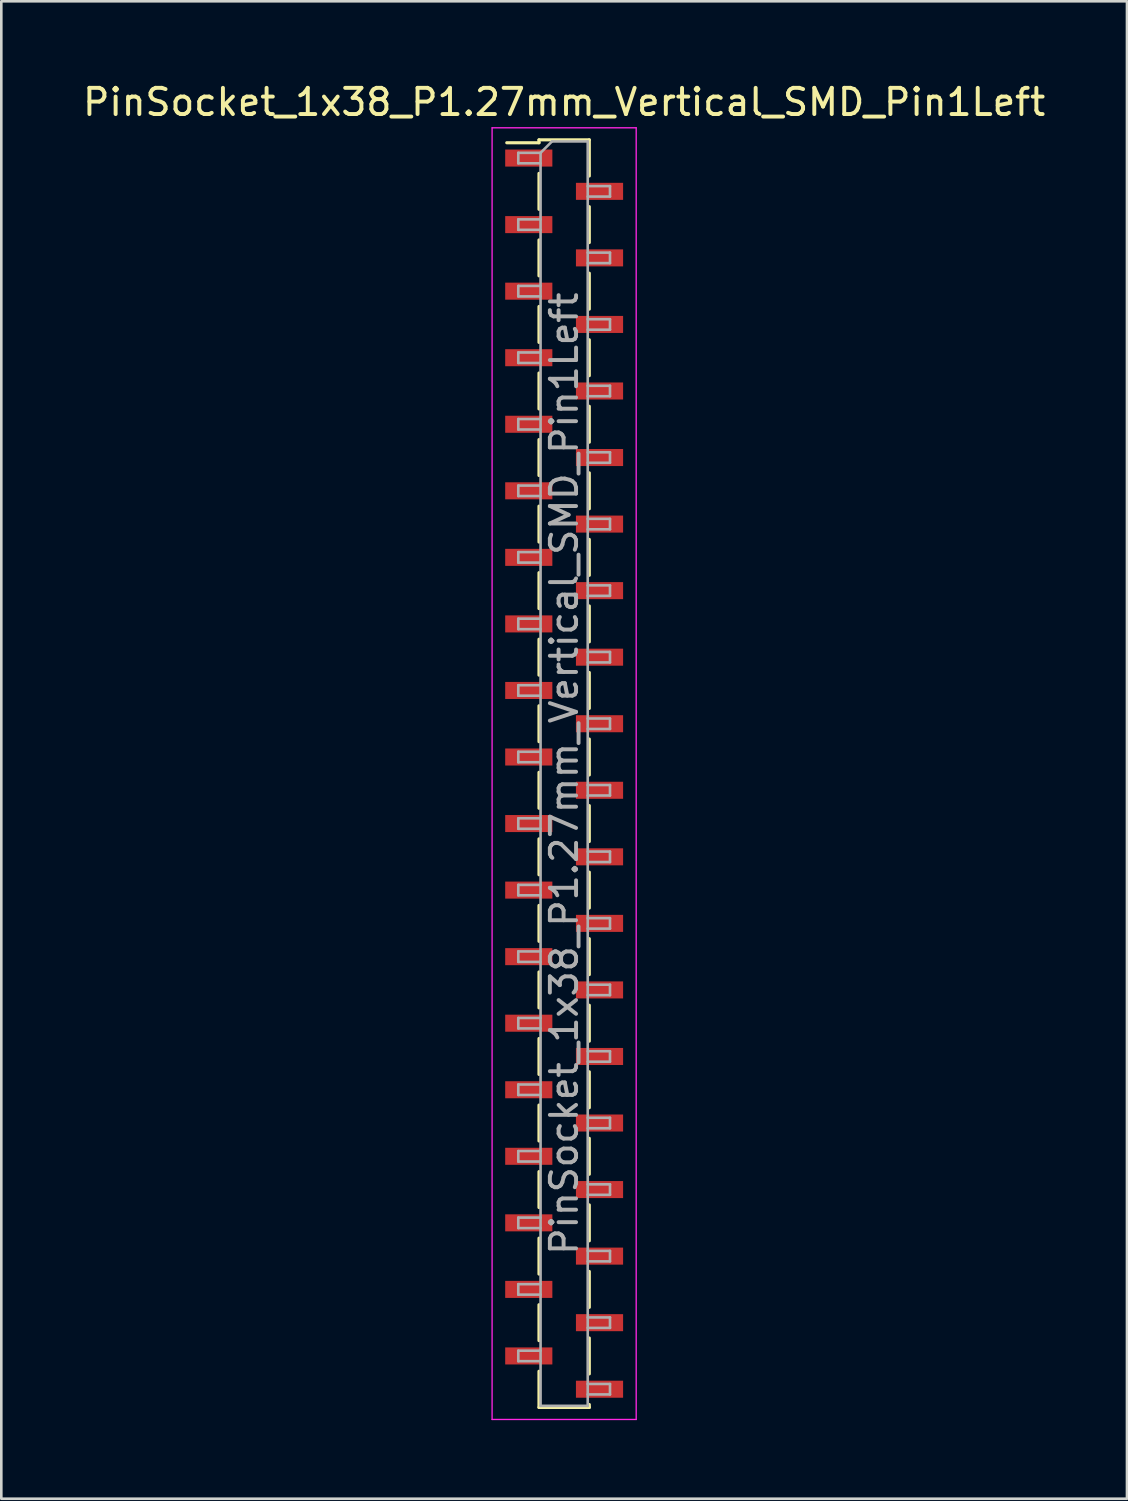
<source format=kicad_pcb>
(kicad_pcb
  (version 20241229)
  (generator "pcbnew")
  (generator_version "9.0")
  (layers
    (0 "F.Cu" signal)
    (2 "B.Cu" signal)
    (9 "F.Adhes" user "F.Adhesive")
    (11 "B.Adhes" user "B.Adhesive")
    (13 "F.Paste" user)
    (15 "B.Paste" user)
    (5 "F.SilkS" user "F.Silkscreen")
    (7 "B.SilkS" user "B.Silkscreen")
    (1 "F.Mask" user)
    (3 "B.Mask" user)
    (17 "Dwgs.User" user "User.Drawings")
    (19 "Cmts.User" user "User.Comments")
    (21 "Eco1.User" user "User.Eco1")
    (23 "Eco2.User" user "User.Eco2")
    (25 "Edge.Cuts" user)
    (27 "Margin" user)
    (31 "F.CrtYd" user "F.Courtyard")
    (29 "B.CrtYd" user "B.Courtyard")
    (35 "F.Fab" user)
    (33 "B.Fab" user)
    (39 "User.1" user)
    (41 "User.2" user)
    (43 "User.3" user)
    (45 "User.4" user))
  (footprint "PinSocket_1x38_P1.27mm_Vertical_SMD_Pin1Left"
    (layer "F.Cu")
    (at 18.482 26.478)
    (property "Reference" "PinSocket_1x38_P1.27mm_Vertical_SMD_Pin1Left" (at 0 -25.63 0) (layer "F.SilkS") (effects (font (size 1 1) (thickness 0.15))))
    (attr smd)
    (fp_line (start -2.19 -24.08) (end -0.96 -24.08) (stroke (width 0.12) (type solid)) (layer "F.SilkS"))
    (fp_line (start -0.96 -24.19) (end -0.96 -24.08) (stroke (width 0.12) (type solid)) (layer "F.SilkS"))
    (fp_line (start -0.96 -24.19) (end 0.96 -24.19) (stroke (width 0.12) (type solid)) (layer "F.SilkS"))
    (fp_line (start -0.96 -22.91) (end -0.96 -21.54) (stroke (width 0.12) (type solid)) (layer "F.SilkS"))
    (fp_line (start -0.96 -20.37) (end -0.96 -19) (stroke (width 0.12) (type solid)) (layer "F.SilkS"))
    (fp_line (start -0.96 -17.83) (end -0.96 -16.46) (stroke (width 0.12) (type solid)) (layer "F.SilkS"))
    (fp_line (start -0.96 -15.29) (end -0.96 -13.92) (stroke (width 0.12) (type solid)) (layer "F.SilkS"))
    (fp_line (start -0.96 -12.75) (end -0.96 -11.38) (stroke (width 0.12) (type solid)) (layer "F.SilkS"))
    (fp_line (start -0.96 -10.21) (end -0.96 -8.84) (stroke (width 0.12) (type solid)) (layer "F.SilkS"))
    (fp_line (start -0.96 -7.67) (end -0.96 -6.3) (stroke (width 0.12) (type solid)) (layer "F.SilkS"))
    (fp_line (start -0.96 -5.13) (end -0.96 -3.76) (stroke (width 0.12) (type solid)) (layer "F.SilkS"))
    (fp_line (start -0.96 -2.59) (end -0.96 -1.22) (stroke (width 0.12) (type solid)) (layer "F.SilkS"))
    (fp_line (start -0.96 -0.05) (end -0.96 1.32) (stroke (width 0.12) (type solid)) (layer "F.SilkS"))
    (fp_line (start -0.96 2.49) (end -0.96 3.86) (stroke (width 0.12) (type solid)) (layer "F.SilkS"))
    (fp_line (start -0.96 5.03) (end -0.96 6.4) (stroke (width 0.12) (type solid)) (layer "F.SilkS"))
    (fp_line (start -0.96 7.57) (end -0.96 8.94) (stroke (width 0.12) (type solid)) (layer "F.SilkS"))
    (fp_line (start -0.96 10.11) (end -0.96 11.48) (stroke (width 0.12) (type solid)) (layer "F.SilkS"))
    (fp_line (start -0.96 12.65) (end -0.96 14.02) (stroke (width 0.12) (type solid)) (layer "F.SilkS"))
    (fp_line (start -0.96 15.19) (end -0.96 16.56) (stroke (width 0.12) (type solid)) (layer "F.SilkS"))
    (fp_line (start -0.96 17.73) (end -0.96 19.1) (stroke (width 0.12) (type solid)) (layer "F.SilkS"))
    (fp_line (start -0.96 20.27) (end -0.96 21.64) (stroke (width 0.12) (type solid)) (layer "F.SilkS"))
    (fp_line (start -0.96 22.81) (end -0.96 24.19) (stroke (width 0.12) (type solid)) (layer "F.SilkS"))
    (fp_line (start -0.96 24.19) (end 0.96 24.19) (stroke (width 0.12) (type solid)) (layer "F.SilkS"))
    (fp_line (start 0.96 -24.19) (end 0.96 -22.81) (stroke (width 0.12) (type solid)) (layer "F.SilkS"))
    (fp_line (start 0.96 -21.64) (end 0.96 -20.27) (stroke (width 0.12) (type solid)) (layer "F.SilkS"))
    (fp_line (start 0.96 -19.1) (end 0.96 -17.73) (stroke (width 0.12) (type solid)) (layer "F.SilkS"))
    (fp_line (start 0.96 -16.56) (end 0.96 -15.19) (stroke (width 0.12) (type solid)) (layer "F.SilkS"))
    (fp_line (start 0.96 -14.02) (end 0.96 -12.65) (stroke (width 0.12) (type solid)) (layer "F.SilkS"))
    (fp_line (start 0.96 -11.48) (end 0.96 -10.11) (stroke (width 0.12) (type solid)) (layer "F.SilkS"))
    (fp_line (start 0.96 -8.94) (end 0.96 -7.57) (stroke (width 0.12) (type solid)) (layer "F.SilkS"))
    (fp_line (start 0.96 -6.4) (end 0.96 -5.03) (stroke (width 0.12) (type solid)) (layer "F.SilkS"))
    (fp_line (start 0.96 -3.86) (end 0.96 -2.49) (stroke (width 0.12) (type solid)) (layer "F.SilkS"))
    (fp_line (start 0.96 -1.32) (end 0.96 0.05) (stroke (width 0.12) (type solid)) (layer "F.SilkS"))
    (fp_line (start 0.96 1.22) (end 0.96 2.59) (stroke (width 0.12) (type solid)) (layer "F.SilkS"))
    (fp_line (start 0.96 3.76) (end 0.96 5.13) (stroke (width 0.12) (type solid)) (layer "F.SilkS"))
    (fp_line (start 0.96 6.3) (end 0.96 7.67) (stroke (width 0.12) (type solid)) (layer "F.SilkS"))
    (fp_line (start 0.96 8.84) (end 0.96 10.21) (stroke (width 0.12) (type solid)) (layer "F.SilkS"))
    (fp_line (start 0.96 11.38) (end 0.96 12.75) (stroke (width 0.12) (type solid)) (layer "F.SilkS"))
    (fp_line (start 0.96 13.92) (end 0.96 15.29) (stroke (width 0.12) (type solid)) (layer "F.SilkS"))
    (fp_line (start 0.96 16.46) (end 0.96 17.83) (stroke (width 0.12) (type solid)) (layer "F.SilkS"))
    (fp_line (start 0.96 19) (end 0.96 20.37) (stroke (width 0.12) (type solid)) (layer "F.SilkS"))
    (fp_line (start 0.96 21.54) (end 0.96 22.91) (stroke (width 0.12) (type solid)) (layer "F.SilkS"))
    (fp_line (start 0.96 24.08) (end 0.96 24.19) (stroke (width 0.12) (type solid)) (layer "F.SilkS"))
    (fp_line (start -2.75 -24.65) (end 2.75 -24.65) (stroke (width 0.05) (type solid)) (layer "F.CrtYd"))
    (fp_line (start -2.75 24.65) (end -2.75 -24.65) (stroke (width 0.05) (type solid)) (layer "F.CrtYd"))
    (fp_line (start 2.75 -24.65) (end 2.75 24.65) (stroke (width 0.05) (type solid)) (layer "F.CrtYd"))
    (fp_line (start 2.75 24.65) (end -2.75 24.65) (stroke (width 0.05) (type solid)) (layer "F.CrtYd"))
    (fp_line (start -1.75 -23.695) (end -0.9 -23.695) (stroke (width 0.1) (type solid)) (layer "F.Fab"))
    (fp_line (start -1.75 -23.295) (end -1.75 -23.695) (stroke (width 0.1) (type solid)) (layer "F.Fab"))
    (fp_line (start -1.75 -21.155) (end -0.9 -21.155) (stroke (width 0.1) (type solid)) (layer "F.Fab"))
    (fp_line (start -1.75 -20.755) (end -1.75 -21.155) (stroke (width 0.1) (type solid)) (layer "F.Fab"))
    (fp_line (start -1.75 -18.615) (end -0.9 -18.615) (stroke (width 0.1) (type solid)) (layer "F.Fab"))
    (fp_line (start -1.75 -18.215) (end -1.75 -18.615) (stroke (width 0.1) (type solid)) (layer "F.Fab"))
    (fp_line (start -1.75 -16.075) (end -0.9 -16.075) (stroke (width 0.1) (type solid)) (layer "F.Fab"))
    (fp_line (start -1.75 -15.675) (end -1.75 -16.075) (stroke (width 0.1) (type solid)) (layer "F.Fab"))
    (fp_line (start -1.75 -13.535) (end -0.9 -13.535) (stroke (width 0.1) (type solid)) (layer "F.Fab"))
    (fp_line (start -1.75 -13.135) (end -1.75 -13.535) (stroke (width 0.1) (type solid)) (layer "F.Fab"))
    (fp_line (start -1.75 -10.995) (end -0.9 -10.995) (stroke (width 0.1) (type solid)) (layer "F.Fab"))
    (fp_line (start -1.75 -10.595) (end -1.75 -10.995) (stroke (width 0.1) (type solid)) (layer "F.Fab"))
    (fp_line (start -1.75 -8.455) (end -0.9 -8.455) (stroke (width 0.1) (type solid)) (layer "F.Fab"))
    (fp_line (start -1.75 -8.055) (end -1.75 -8.455) (stroke (width 0.1) (type solid)) (layer "F.Fab"))
    (fp_line (start -1.75 -5.915) (end -0.9 -5.915) (stroke (width 0.1) (type solid)) (layer "F.Fab"))
    (fp_line (start -1.75 -5.515) (end -1.75 -5.915) (stroke (width 0.1) (type solid)) (layer "F.Fab"))
    (fp_line (start -1.75 -3.375) (end -0.9 -3.375) (stroke (width 0.1) (type solid)) (layer "F.Fab"))
    (fp_line (start -1.75 -2.975) (end -1.75 -3.375) (stroke (width 0.1) (type solid)) (layer "F.Fab"))
    (fp_line (start -1.75 -0.835) (end -0.9 -0.835) (stroke (width 0.1) (type solid)) (layer "F.Fab"))
    (fp_line (start -1.75 -0.435) (end -1.75 -0.835) (stroke (width 0.1) (type solid)) (layer "F.Fab"))
    (fp_line (start -1.75 1.705) (end -0.9 1.705) (stroke (width 0.1) (type solid)) (layer "F.Fab"))
    (fp_line (start -1.75 2.105) (end -1.75 1.705) (stroke (width 0.1) (type solid)) (layer "F.Fab"))
    (fp_line (start -1.75 4.245) (end -0.9 4.245) (stroke (width 0.1) (type solid)) (layer "F.Fab"))
    (fp_line (start -1.75 4.645) (end -1.75 4.245) (stroke (width 0.1) (type solid)) (layer "F.Fab"))
    (fp_line (start -1.75 6.785) (end -0.9 6.785) (stroke (width 0.1) (type solid)) (layer "F.Fab"))
    (fp_line (start -1.75 7.185) (end -1.75 6.785) (stroke (width 0.1) (type solid)) (layer "F.Fab"))
    (fp_line (start -1.75 9.325) (end -0.9 9.325) (stroke (width 0.1) (type solid)) (layer "F.Fab"))
    (fp_line (start -1.75 9.725) (end -1.75 9.325) (stroke (width 0.1) (type solid)) (layer "F.Fab"))
    (fp_line (start -1.75 11.865) (end -0.9 11.865) (stroke (width 0.1) (type solid)) (layer "F.Fab"))
    (fp_line (start -1.75 12.265) (end -1.75 11.865) (stroke (width 0.1) (type solid)) (layer "F.Fab"))
    (fp_line (start -1.75 14.405) (end -0.9 14.405) (stroke (width 0.1) (type solid)) (layer "F.Fab"))
    (fp_line (start -1.75 14.805) (end -1.75 14.405) (stroke (width 0.1) (type solid)) (layer "F.Fab"))
    (fp_line (start -1.75 16.945) (end -0.9 16.945) (stroke (width 0.1) (type solid)) (layer "F.Fab"))
    (fp_line (start -1.75 17.345) (end -1.75 16.945) (stroke (width 0.1) (type solid)) (layer "F.Fab"))
    (fp_line (start -1.75 19.485) (end -0.9 19.485) (stroke (width 0.1) (type solid)) (layer "F.Fab"))
    (fp_line (start -1.75 19.885) (end -1.75 19.485) (stroke (width 0.1) (type solid)) (layer "F.Fab"))
    (fp_line (start -1.75 22.025) (end -0.9 22.025) (stroke (width 0.1) (type solid)) (layer "F.Fab"))
    (fp_line (start -1.75 22.425) (end -1.75 22.025) (stroke (width 0.1) (type solid)) (layer "F.Fab"))
    (fp_line (start -0.9 -23.695) (end -0.465 -24.13) (stroke (width 0.1) (type solid)) (layer "F.Fab"))
    (fp_line (start -0.9 -23.295) (end -1.75 -23.295) (stroke (width 0.1) (type solid)) (layer "F.Fab"))
    (fp_line (start -0.9 -20.755) (end -1.75 -20.755) (stroke (width 0.1) (type solid)) (layer "F.Fab"))
    (fp_line (start -0.9 -18.215) (end -1.75 -18.215) (stroke (width 0.1) (type solid)) (layer "F.Fab"))
    (fp_line (start -0.9 -15.675) (end -1.75 -15.675) (stroke (width 0.1) (type solid)) (layer "F.Fab"))
    (fp_line (start -0.9 -13.135) (end -1.75 -13.135) (stroke (width 0.1) (type solid)) (layer "F.Fab"))
    (fp_line (start -0.9 -10.595) (end -1.75 -10.595) (stroke (width 0.1) (type solid)) (layer "F.Fab"))
    (fp_line (start -0.9 -8.055) (end -1.75 -8.055) (stroke (width 0.1) (type solid)) (layer "F.Fab"))
    (fp_line (start -0.9 -5.515) (end -1.75 -5.515) (stroke (width 0.1) (type solid)) (layer "F.Fab"))
    (fp_line (start -0.9 -2.975) (end -1.75 -2.975) (stroke (width 0.1) (type solid)) (layer "F.Fab"))
    (fp_line (start -0.9 -0.435) (end -1.75 -0.435) (stroke (width 0.1) (type solid)) (layer "F.Fab"))
    (fp_line (start -0.9 2.105) (end -1.75 2.105) (stroke (width 0.1) (type solid)) (layer "F.Fab"))
    (fp_line (start -0.9 4.645) (end -1.75 4.645) (stroke (width 0.1) (type solid)) (layer "F.Fab"))
    (fp_line (start -0.9 7.185) (end -1.75 7.185) (stroke (width 0.1) (type solid)) (layer "F.Fab"))
    (fp_line (start -0.9 9.725) (end -1.75 9.725) (stroke (width 0.1) (type solid)) (layer "F.Fab"))
    (fp_line (start -0.9 12.265) (end -1.75 12.265) (stroke (width 0.1) (type solid)) (layer "F.Fab"))
    (fp_line (start -0.9 14.805) (end -1.75 14.805) (stroke (width 0.1) (type solid)) (layer "F.Fab"))
    (fp_line (start -0.9 17.345) (end -1.75 17.345) (stroke (width 0.1) (type solid)) (layer "F.Fab"))
    (fp_line (start -0.9 19.885) (end -1.75 19.885) (stroke (width 0.1) (type solid)) (layer "F.Fab"))
    (fp_line (start -0.9 22.425) (end -1.75 22.425) (stroke (width 0.1) (type solid)) (layer "F.Fab"))
    (fp_line (start -0.9 24.13) (end -0.9 -23.695) (stroke (width 0.1) (type solid)) (layer "F.Fab"))
    (fp_line (start -0.465 -24.13) (end 0.9 -24.13) (stroke (width 0.1) (type solid)) (layer "F.Fab"))
    (fp_line (start 0.9 -24.13) (end 0.9 24.13) (stroke (width 0.1) (type solid)) (layer "F.Fab"))
    (fp_line (start 0.9 -22.425) (end 1.75 -22.425) (stroke (width 0.1) (type solid)) (layer "F.Fab"))
    (fp_line (start 0.9 -19.885) (end 1.75 -19.885) (stroke (width 0.1) (type solid)) (layer "F.Fab"))
    (fp_line (start 0.9 -17.345) (end 1.75 -17.345) (stroke (width 0.1) (type solid)) (layer "F.Fab"))
    (fp_line (start 0.9 -14.805) (end 1.75 -14.805) (stroke (width 0.1) (type solid)) (layer "F.Fab"))
    (fp_line (start 0.9 -12.265) (end 1.75 -12.265) (stroke (width 0.1) (type solid)) (layer "F.Fab"))
    (fp_line (start 0.9 -9.725) (end 1.75 -9.725) (stroke (width 0.1) (type solid)) (layer "F.Fab"))
    (fp_line (start 0.9 -7.185) (end 1.75 -7.185) (stroke (width 0.1) (type solid)) (layer "F.Fab"))
    (fp_line (start 0.9 -4.645) (end 1.75 -4.645) (stroke (width 0.1) (type solid)) (layer "F.Fab"))
    (fp_line (start 0.9 -2.105) (end 1.75 -2.105) (stroke (width 0.1) (type solid)) (layer "F.Fab"))
    (fp_line (start 0.9 0.435) (end 1.75 0.435) (stroke (width 0.1) (type solid)) (layer "F.Fab"))
    (fp_line (start 0.9 2.975) (end 1.75 2.975) (stroke (width 0.1) (type solid)) (layer "F.Fab"))
    (fp_line (start 0.9 5.515) (end 1.75 5.515) (stroke (width 0.1) (type solid)) (layer "F.Fab"))
    (fp_line (start 0.9 8.055) (end 1.75 8.055) (stroke (width 0.1) (type solid)) (layer "F.Fab"))
    (fp_line (start 0.9 10.595) (end 1.75 10.595) (stroke (width 0.1) (type solid)) (layer "F.Fab"))
    (fp_line (start 0.9 13.135) (end 1.75 13.135) (stroke (width 0.1) (type solid)) (layer "F.Fab"))
    (fp_line (start 0.9 15.675) (end 1.75 15.675) (stroke (width 0.1) (type solid)) (layer "F.Fab"))
    (fp_line (start 0.9 18.215) (end 1.75 18.215) (stroke (width 0.1) (type solid)) (layer "F.Fab"))
    (fp_line (start 0.9 20.755) (end 1.75 20.755) (stroke (width 0.1) (type solid)) (layer "F.Fab"))
    (fp_line (start 0.9 23.295) (end 1.75 23.295) (stroke (width 0.1) (type solid)) (layer "F.Fab"))
    (fp_line (start 0.9 24.13) (end -0.9 24.13) (stroke (width 0.1) (type solid)) (layer "F.Fab"))
    (fp_line (start 1.75 -22.425) (end 1.75 -22.025) (stroke (width 0.1) (type solid)) (layer "F.Fab"))
    (fp_line (start 1.75 -22.025) (end 0.9 -22.025) (stroke (width 0.1) (type solid)) (layer "F.Fab"))
    (fp_line (start 1.75 -19.885) (end 1.75 -19.485) (stroke (width 0.1) (type solid)) (layer "F.Fab"))
    (fp_line (start 1.75 -19.485) (end 0.9 -19.485) (stroke (width 0.1) (type solid)) (layer "F.Fab"))
    (fp_line (start 1.75 -17.345) (end 1.75 -16.945) (stroke (width 0.1) (type solid)) (layer "F.Fab"))
    (fp_line (start 1.75 -16.945) (end 0.9 -16.945) (stroke (width 0.1) (type solid)) (layer "F.Fab"))
    (fp_line (start 1.75 -14.805) (end 1.75 -14.405) (stroke (width 0.1) (type solid)) (layer "F.Fab"))
    (fp_line (start 1.75 -14.405) (end 0.9 -14.405) (stroke (width 0.1) (type solid)) (layer "F.Fab"))
    (fp_line (start 1.75 -12.265) (end 1.75 -11.865) (stroke (width 0.1) (type solid)) (layer "F.Fab"))
    (fp_line (start 1.75 -11.865) (end 0.9 -11.865) (stroke (width 0.1) (type solid)) (layer "F.Fab"))
    (fp_line (start 1.75 -9.725) (end 1.75 -9.325) (stroke (width 0.1) (type solid)) (layer "F.Fab"))
    (fp_line (start 1.75 -9.325) (end 0.9 -9.325) (stroke (width 0.1) (type solid)) (layer "F.Fab"))
    (fp_line (start 1.75 -7.185) (end 1.75 -6.785) (stroke (width 0.1) (type solid)) (layer "F.Fab"))
    (fp_line (start 1.75 -6.785) (end 0.9 -6.785) (stroke (width 0.1) (type solid)) (layer "F.Fab"))
    (fp_line (start 1.75 -4.645) (end 1.75 -4.245) (stroke (width 0.1) (type solid)) (layer "F.Fab"))
    (fp_line (start 1.75 -4.245) (end 0.9 -4.245) (stroke (width 0.1) (type solid)) (layer "F.Fab"))
    (fp_line (start 1.75 -2.105) (end 1.75 -1.705) (stroke (width 0.1) (type solid)) (layer "F.Fab"))
    (fp_line (start 1.75 -1.705) (end 0.9 -1.705) (stroke (width 0.1) (type solid)) (layer "F.Fab"))
    (fp_line (start 1.75 0.435) (end 1.75 0.835) (stroke (width 0.1) (type solid)) (layer "F.Fab"))
    (fp_line (start 1.75 0.835) (end 0.9 0.835) (stroke (width 0.1) (type solid)) (layer "F.Fab"))
    (fp_line (start 1.75 2.975) (end 1.75 3.375) (stroke (width 0.1) (type solid)) (layer "F.Fab"))
    (fp_line (start 1.75 3.375) (end 0.9 3.375) (stroke (width 0.1) (type solid)) (layer "F.Fab"))
    (fp_line (start 1.75 5.515) (end 1.75 5.915) (stroke (width 0.1) (type solid)) (layer "F.Fab"))
    (fp_line (start 1.75 5.915) (end 0.9 5.915) (stroke (width 0.1) (type solid)) (layer "F.Fab"))
    (fp_line (start 1.75 8.055) (end 1.75 8.455) (stroke (width 0.1) (type solid)) (layer "F.Fab"))
    (fp_line (start 1.75 8.455) (end 0.9 8.455) (stroke (width 0.1) (type solid)) (layer "F.Fab"))
    (fp_line (start 1.75 10.595) (end 1.75 10.995) (stroke (width 0.1) (type solid)) (layer "F.Fab"))
    (fp_line (start 1.75 10.995) (end 0.9 10.995) (stroke (width 0.1) (type solid)) (layer "F.Fab"))
    (fp_line (start 1.75 13.135) (end 1.75 13.535) (stroke (width 0.1) (type solid)) (layer "F.Fab"))
    (fp_line (start 1.75 13.535) (end 0.9 13.535) (stroke (width 0.1) (type solid)) (layer "F.Fab"))
    (fp_line (start 1.75 15.675) (end 1.75 16.075) (stroke (width 0.1) (type solid)) (layer "F.Fab"))
    (fp_line (start 1.75 16.075) (end 0.9 16.075) (stroke (width 0.1) (type solid)) (layer "F.Fab"))
    (fp_line (start 1.75 18.215) (end 1.75 18.615) (stroke (width 0.1) (type solid)) (layer "F.Fab"))
    (fp_line (start 1.75 18.615) (end 0.9 18.615) (stroke (width 0.1) (type solid)) (layer "F.Fab"))
    (fp_line (start 1.75 20.755) (end 1.75 21.155) (stroke (width 0.1) (type solid)) (layer "F.Fab"))
    (fp_line (start 1.75 21.155) (end 0.9 21.155) (stroke (width 0.1) (type solid)) (layer "F.Fab"))
    (fp_line (start 1.75 23.295) (end 1.75 23.695) (stroke (width 0.1) (type solid)) (layer "F.Fab"))
    (fp_line (start 1.75 23.695) (end 0.9 23.695) (stroke (width 0.1) (type solid)) (layer "F.Fab"))
    (fp_text user "${REFERENCE}" (at 0 0 90) (layer "F.Fab") (effects (font (size 1 1) (thickness 0.15))))
    (pad "1" smd rect (at -1.35 -23.495) (size 1.8 0.65) (layers "F.Cu" "F.Mask" "F.Paste"))
    (pad "2" smd rect (at 1.35 -22.225) (size 1.8 0.65) (layers "F.Cu" "F.Mask" "F.Paste"))
    (pad "3" smd rect (at -1.35 -20.955) (size 1.8 0.65) (layers "F.Cu" "F.Mask" "F.Paste"))
    (pad "4" smd rect (at 1.35 -19.685) (size 1.8 0.65) (layers "F.Cu" "F.Mask" "F.Paste"))
    (pad "5" smd rect (at -1.35 -18.415) (size 1.8 0.65) (layers "F.Cu" "F.Mask" "F.Paste"))
    (pad "6" smd rect (at 1.35 -17.145) (size 1.8 0.65) (layers "F.Cu" "F.Mask" "F.Paste"))
    (pad "7" smd rect (at -1.35 -15.875) (size 1.8 0.65) (layers "F.Cu" "F.Mask" "F.Paste"))
    (pad "8" smd rect (at 1.35 -14.605) (size 1.8 0.65) (layers "F.Cu" "F.Mask" "F.Paste"))
    (pad "9" smd rect (at -1.35 -13.335) (size 1.8 0.65) (layers "F.Cu" "F.Mask" "F.Paste"))
    (pad "10" smd rect (at 1.35 -12.065) (size 1.8 0.65) (layers "F.Cu" "F.Mask" "F.Paste"))
    (pad "11" smd rect (at -1.35 -10.795) (size 1.8 0.65) (layers "F.Cu" "F.Mask" "F.Paste"))
    (pad "12" smd rect (at 1.35 -9.525) (size 1.8 0.65) (layers "F.Cu" "F.Mask" "F.Paste"))
    (pad "13" smd rect (at -1.35 -8.255) (size 1.8 0.65) (layers "F.Cu" "F.Mask" "F.Paste"))
    (pad "14" smd rect (at 1.35 -6.985) (size 1.8 0.65) (layers "F.Cu" "F.Mask" "F.Paste"))
    (pad "15" smd rect (at -1.35 -5.715) (size 1.8 0.65) (layers "F.Cu" "F.Mask" "F.Paste"))
    (pad "16" smd rect (at 1.35 -4.445) (size 1.8 0.65) (layers "F.Cu" "F.Mask" "F.Paste"))
    (pad "17" smd rect (at -1.35 -3.175) (size 1.8 0.65) (layers "F.Cu" "F.Mask" "F.Paste"))
    (pad "18" smd rect (at 1.35 -1.905) (size 1.8 0.65) (layers "F.Cu" "F.Mask" "F.Paste"))
    (pad "19" smd rect (at -1.35 -0.635) (size 1.8 0.65) (layers "F.Cu" "F.Mask" "F.Paste"))
    (pad "20" smd rect (at 1.35 0.635) (size 1.8 0.65) (layers "F.Cu" "F.Mask" "F.Paste"))
    (pad "21" smd rect (at -1.35 1.905) (size 1.8 0.65) (layers "F.Cu" "F.Mask" "F.Paste"))
    (pad "22" smd rect (at 1.35 3.175) (size 1.8 0.65) (layers "F.Cu" "F.Mask" "F.Paste"))
    (pad "23" smd rect (at -1.35 4.445) (size 1.8 0.65) (layers "F.Cu" "F.Mask" "F.Paste"))
    (pad "24" smd rect (at 1.35 5.715) (size 1.8 0.65) (layers "F.Cu" "F.Mask" "F.Paste"))
    (pad "25" smd rect (at -1.35 6.985) (size 1.8 0.65) (layers "F.Cu" "F.Mask" "F.Paste"))
    (pad "26" smd rect (at 1.35 8.255) (size 1.8 0.65) (layers "F.Cu" "F.Mask" "F.Paste"))
    (pad "27" smd rect (at -1.35 9.525) (size 1.8 0.65) (layers "F.Cu" "F.Mask" "F.Paste"))
    (pad "28" smd rect (at 1.35 10.795) (size 1.8 0.65) (layers "F.Cu" "F.Mask" "F.Paste"))
    (pad "29" smd rect (at -1.35 12.065) (size 1.8 0.65) (layers "F.Cu" "F.Mask" "F.Paste"))
    (pad "30" smd rect (at 1.35 13.335) (size 1.8 0.65) (layers "F.Cu" "F.Mask" "F.Paste"))
    (pad "31" smd rect (at -1.35 14.605) (size 1.8 0.65) (layers "F.Cu" "F.Mask" "F.Paste"))
    (pad "32" smd rect (at 1.35 15.875) (size 1.8 0.65) (layers "F.Cu" "F.Mask" "F.Paste"))
    (pad "33" smd rect (at -1.35 17.145) (size 1.8 0.65) (layers "F.Cu" "F.Mask" "F.Paste"))
    (pad "34" smd rect (at 1.35 18.415) (size 1.8 0.65) (layers "F.Cu" "F.Mask" "F.Paste"))
    (pad "35" smd rect (at -1.35 19.685) (size 1.8 0.65) (layers "F.Cu" "F.Mask" "F.Paste"))
    (pad "36" smd rect (at 1.35 20.955) (size 1.8 0.65) (layers "F.Cu" "F.Mask" "F.Paste"))
    (pad "37" smd rect (at -1.35 22.225) (size 1.8 0.65) (layers "F.Cu" "F.Mask" "F.Paste"))
    (pad "38" smd rect (at 1.35 23.495) (size 1.8 0.65) (layers "F.Cu" "F.Mask" "F.Paste")))
  (gr_rect
    (start -3 -3)
    (end 39.964 54.153)
    (stroke (width 0.1) (type default))
    (fill no)
    (layer "Edge.Cuts")))
</source>
